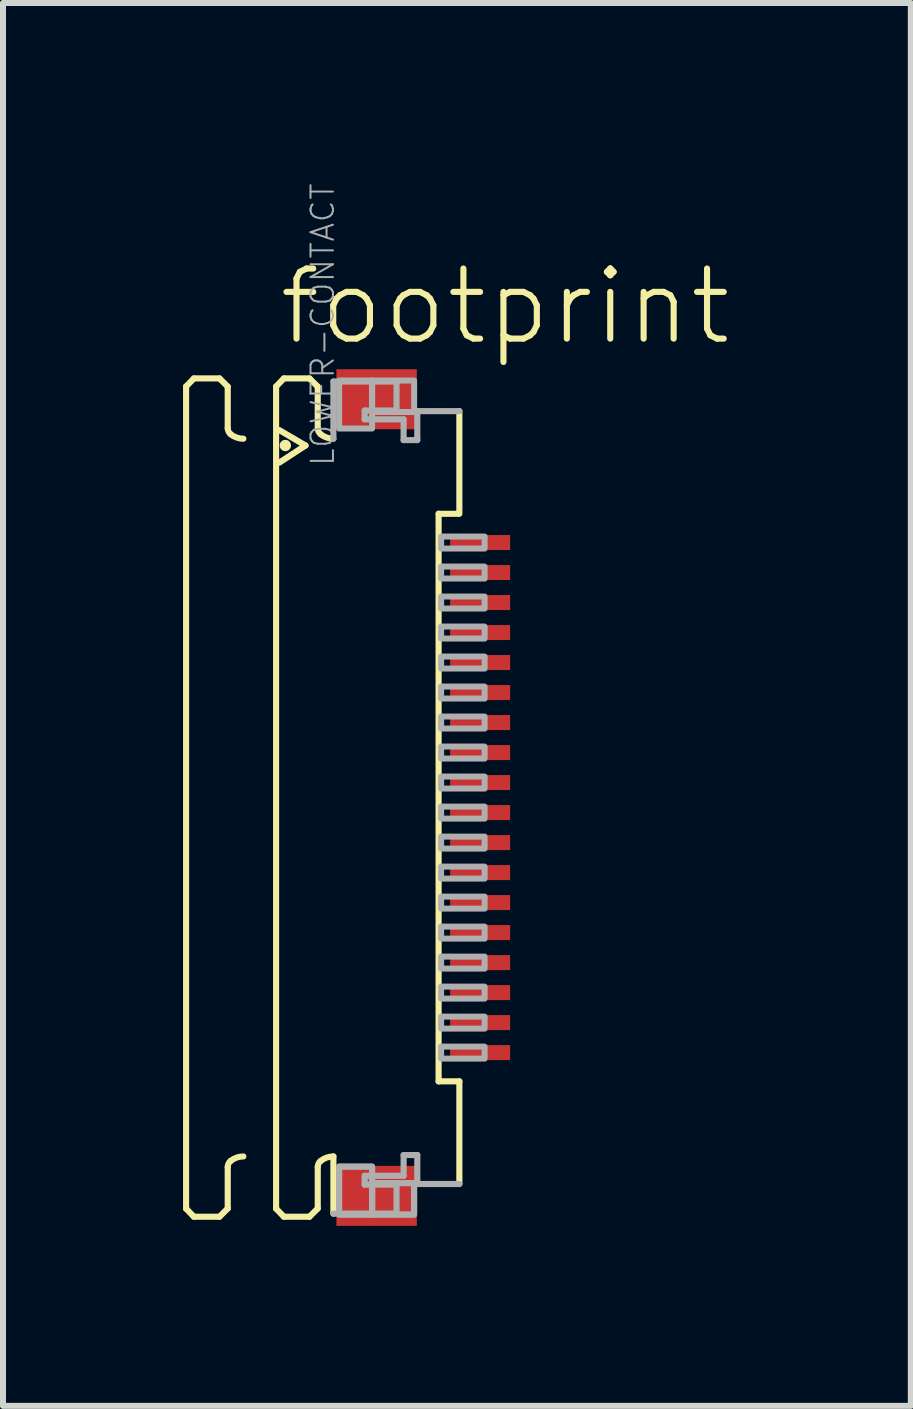
<source format=kicad_pcb>
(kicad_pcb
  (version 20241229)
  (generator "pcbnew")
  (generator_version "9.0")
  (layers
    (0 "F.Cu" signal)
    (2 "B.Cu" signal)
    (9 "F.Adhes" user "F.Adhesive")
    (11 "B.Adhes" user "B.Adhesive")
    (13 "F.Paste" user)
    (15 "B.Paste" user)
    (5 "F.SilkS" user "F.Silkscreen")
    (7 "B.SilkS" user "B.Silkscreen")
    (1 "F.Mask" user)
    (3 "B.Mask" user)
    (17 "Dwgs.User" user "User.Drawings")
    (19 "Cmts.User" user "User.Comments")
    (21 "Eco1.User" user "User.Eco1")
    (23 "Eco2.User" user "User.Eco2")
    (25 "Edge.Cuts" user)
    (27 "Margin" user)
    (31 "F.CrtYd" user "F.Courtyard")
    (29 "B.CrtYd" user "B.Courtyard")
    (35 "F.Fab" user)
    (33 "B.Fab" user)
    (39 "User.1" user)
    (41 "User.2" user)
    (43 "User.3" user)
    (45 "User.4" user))
  (footprint "footprint"
    (layer "F.Cu")
    (at 3.046 10.241)
    (property "Reference" "footprint" (at -1.5 -7.5 0) (layer "F.SilkS") (effects (font (size 1.168 1.168) (thickness 0.102)) (justify left bottom)))
    (fp_poly (pts (xy 1.355 -4.075) (xy 2.455 -4.075) (xy 2.455 -4.425) (xy 1.355 -4.425)) (stroke (width 0) (type solid)) (fill yes) (layer "F.Mask"))
    (fp_poly (pts (xy 1.355 -3.575) (xy 2.455 -3.575) (xy 2.455 -3.925) (xy 1.355 -3.925)) (stroke (width 0) (type solid)) (fill yes) (layer "F.Mask"))
    (fp_poly (pts (xy 1.355 -3.075) (xy 2.455 -3.075) (xy 2.455 -3.425) (xy 1.355 -3.425)) (stroke (width 0) (type solid)) (fill yes) (layer "F.Mask"))
    (fp_poly (pts (xy 1.355 -2.575) (xy 2.455 -2.575) (xy 2.455 -2.925) (xy 1.355 -2.925)) (stroke (width 0) (type solid)) (fill yes) (layer "F.Mask"))
    (fp_poly (pts (xy 1.355 -2.075) (xy 2.455 -2.075) (xy 2.455 -2.425) (xy 1.355 -2.425)) (stroke (width 0) (type solid)) (fill yes) (layer "F.Mask"))
    (fp_poly (pts (xy 1.355 -1.575) (xy 2.455 -1.575) (xy 2.455 -1.925) (xy 1.355 -1.925)) (stroke (width 0) (type solid)) (fill yes) (layer "F.Mask"))
    (fp_poly (pts (xy 1.355 -1.075) (xy 2.455 -1.075) (xy 2.455 -1.425) (xy 1.355 -1.425)) (stroke (width 0) (type solid)) (fill yes) (layer "F.Mask"))
    (fp_poly (pts (xy 1.355 -0.575) (xy 2.455 -0.575) (xy 2.455 -0.925) (xy 1.355 -0.925)) (stroke (width 0) (type solid)) (fill yes) (layer "F.Mask"))
    (fp_poly (pts (xy 1.355 -0.075) (xy 2.455 -0.075) (xy 2.455 -0.425) (xy 1.355 -0.425)) (stroke (width 0) (type solid)) (fill yes) (layer "F.Mask"))
    (fp_poly (pts (xy 1.355 0.425) (xy 2.455 0.425) (xy 2.455 0.075) (xy 1.355 0.075)) (stroke (width 0) (type solid)) (fill yes) (layer "F.Mask"))
    (fp_poly (pts (xy 1.355 0.925) (xy 2.455 0.925) (xy 2.455 0.575) (xy 1.355 0.575)) (stroke (width 0) (type solid)) (fill yes) (layer "F.Mask"))
    (fp_poly (pts (xy 1.355 1.425) (xy 2.455 1.425) (xy 2.455 1.075) (xy 1.355 1.075)) (stroke (width 0) (type solid)) (fill yes) (layer "F.Mask"))
    (fp_poly (pts (xy 1.355 1.925) (xy 2.455 1.925) (xy 2.455 1.575) (xy 1.355 1.575)) (stroke (width 0) (type solid)) (fill yes) (layer "F.Mask"))
    (fp_poly (pts (xy 1.355 2.425) (xy 2.455 2.425) (xy 2.455 2.075) (xy 1.355 2.075)) (stroke (width 0) (type solid)) (fill yes) (layer "F.Mask"))
    (fp_poly (pts (xy 1.355 2.925) (xy 2.455 2.925) (xy 2.455 2.575) (xy 1.355 2.575)) (stroke (width 0) (type solid)) (fill yes) (layer "F.Mask"))
    (fp_poly (pts (xy 1.355 3.425) (xy 2.455 3.425) (xy 2.455 3.075) (xy 1.355 3.075)) (stroke (width 0) (type solid)) (fill yes) (layer "F.Mask"))
    (fp_poly (pts (xy 1.355 3.925) (xy 2.455 3.925) (xy 2.455 3.575) (xy 1.355 3.575)) (stroke (width 0) (type solid)) (fill yes) (layer "F.Mask"))
    (fp_poly (pts (xy 1.355 4.425) (xy 2.455 4.425) (xy 2.455 4.075) (xy 1.355 4.075)) (stroke (width 0) (type solid)) (fill yes) (layer "F.Mask"))
    (fp_line (start -2.995 -6.85) (end -2.865 -6.985) (stroke (width 0.102) (type solid)) (layer "F.SilkS"))
    (fp_line (start -2.995 6.85) (end -2.995 -6.85) (stroke (width 0.102) (type solid)) (layer "F.SilkS"))
    (fp_line (start -2.995 6.85) (end -2.865 6.985) (stroke (width 0.102) (type solid)) (layer "F.SilkS"))
    (fp_line (start -2.865 -6.985) (end -2.438 -6.985) (stroke (width 0.102) (type solid)) (layer "F.SilkS"))
    (fp_line (start -2.865 6.985) (end -2.438 6.985) (stroke (width 0.102) (type solid)) (layer "F.SilkS"))
    (fp_line (start -2.438 -6.985) (end -2.301 -6.848) (stroke (width 0.102) (type solid)) (layer "F.SilkS"))
    (fp_line (start -2.438 6.985) (end -2.301 6.848) (stroke (width 0.102) (type solid)) (layer "F.SilkS"))
    (fp_line (start -2.301 -6.848) (end -2.301 -6.156) (stroke (width 0.102) (type solid)) (layer "F.SilkS"))
    (fp_line (start -2.301 6.848) (end -2.301 6.156) (stroke (width 0.102) (type solid)) (layer "F.SilkS"))
    (fp_line (start -1.495 -6.85) (end -1.365 -6.985) (stroke (width 0.102) (type solid)) (layer "F.SilkS"))
    (fp_line (start -1.495 6.85) (end -1.495 -6.85) (stroke (width 0.102) (type solid)) (layer "F.SilkS"))
    (fp_line (start -1.495 6.85) (end -1.365 6.985) (stroke (width 0.102) (type solid)) (layer "F.SilkS"))
    (fp_line (start -1.441 -6.123) (end -1.005 -5.867) (stroke (width 0.102) (type solid)) (layer "F.SilkS"))
    (fp_line (start -1.365 -6.985) (end -0.939 -6.985) (stroke (width 0.102) (type solid)) (layer "F.SilkS"))
    (fp_line (start -1.365 6.985) (end -0.939 6.985) (stroke (width 0.102) (type solid)) (layer "F.SilkS"))
    (fp_line (start -1.005 -5.867) (end -1.441 -5.582) (stroke (width 0.102) (type solid)) (layer "F.SilkS"))
    (fp_line (start -0.939 -6.985) (end -0.801 -6.848) (stroke (width 0.102) (type solid)) (layer "F.SilkS"))
    (fp_line (start -0.939 6.985) (end -0.801 6.848) (stroke (width 0.102) (type solid)) (layer "F.SilkS"))
    (fp_line (start -0.801 -6.848) (end -0.801 -6.156) (stroke (width 0.102) (type solid)) (layer "F.SilkS"))
    (fp_line (start -0.801 6.848) (end -0.801 6.156) (stroke (width 0.102) (type solid)) (layer "F.SilkS"))
    (fp_line (start -0.54 5.98) (end -0.54 6.933) (stroke (width 0.102) (type solid)) (layer "F.SilkS"))
    (fp_line (start 1.213 4.729) (end 1.213 -4.729) (stroke (width 0.102) (type solid)) (layer "F.SilkS"))
    (fp_line (start 1.538 -4.729) (end 1.213 -4.729) (stroke (width 0.102) (type solid)) (layer "F.SilkS"))
    (fp_line (start 1.559 -6.44) (end 1.559 -4.729) (stroke (width 0.102) (type solid)) (layer "F.SilkS"))
    (fp_line (start 1.559 4.729) (end 1.213 4.729) (stroke (width 0.102) (type solid)) (layer "F.SilkS"))
    (fp_line (start 1.559 6.44) (end 1.559 4.729) (stroke (width 0.102) (type solid)) (layer "F.SilkS"))
    (fp_arc (start -2.301 6.1557) (mid -2.288538 6.100596) (end -2.2536 6.056199) (stroke (width 0.1016) (type solid)) (layer "F.SilkS"))
    (fp_arc (start -2.2536 -6.056199) (mid -2.288538 -6.100596) (end -2.301 -6.1557) (stroke (width 0.1016) (type solid)) (layer "F.SilkS"))
    (fp_arc (start -2.2536 6.0562) (mid -2.153476 5.999935) (end -2.0403 5.980399) (stroke (width 0.1016) (type solid)) (layer "F.SilkS"))
    (fp_arc (start -2.0403 -5.980399) (mid -2.153476 -5.999935) (end -2.2536 -6.0562) (stroke (width 0.1016) (type solid)) (layer "F.SilkS"))
    (fp_arc (start -0.801 6.1557) (mid -0.788538 6.100596) (end -0.7536 6.056199) (stroke (width 0.1016) (type solid)) (layer "F.SilkS"))
    (fp_arc (start -0.7536 -6.056199) (mid -0.788538 -6.100596) (end -0.801 -6.1557) (stroke (width 0.1016) (type solid)) (layer "F.SilkS"))
    (fp_arc (start -0.7536 6.0562) (mid -0.653476 5.999935) (end -0.5403 5.980399) (stroke (width 0.1016) (type solid)) (layer "F.SilkS"))
    (fp_arc (start -0.5403 -5.980399) (mid -0.653476 -5.999935) (end -0.7536 -6.0562) (stroke (width 0.1016) (type solid)) (layer "F.SilkS"))
    (fp_circle (center -1.341 -5.867) (end -1.294 -5.867) (stroke (width 0.095) (type solid)) (fill yes) (layer "F.SilkS"))
    (fp_line (start -0.54 -6.933) (end 0.512 -6.933) (stroke (width 0.102) (type solid)) (layer "F.Fab"))
    (fp_line (start -0.54 -5.98) (end -0.54 -6.933) (stroke (width 0.102) (type solid)) (layer "F.Fab"))
    (fp_line (start -0.54 6.933) (end 0.512 6.933) (stroke (width 0.102) (type solid)) (layer "F.Fab"))
    (fp_line (start -0.019 -6.45) (end -0.019 -6.303) (stroke (width 0.102) (type solid)) (layer "F.Fab"))
    (fp_line (start -0.019 -6.303) (end 0.63 -6.303) (stroke (width 0.102) (type solid)) (layer "F.Fab"))
    (fp_line (start -0.019 6.303) (end 0.63 6.303) (stroke (width 0.102) (type solid)) (layer "F.Fab"))
    (fp_line (start -0.019 6.45) (end -0.019 6.303) (stroke (width 0.102) (type solid)) (layer "F.Fab"))
    (fp_line (start 0.512 -6.933) (end 0.512 -6.45) (stroke (width 0.102) (type solid)) (layer "F.Fab"))
    (fp_line (start 0.512 -6.45) (end -0.019 -6.45) (stroke (width 0.102) (type solid)) (layer "F.Fab"))
    (fp_line (start 0.512 6.45) (end -0.019 6.45) (stroke (width 0.102) (type solid)) (layer "F.Fab"))
    (fp_line (start 0.512 6.933) (end 0.512 6.45) (stroke (width 0.102) (type solid)) (layer "F.Fab"))
    (fp_line (start 0.63 -6.303) (end 0.63 -5.957) (stroke (width 0.102) (type solid)) (layer "F.Fab"))
    (fp_line (start 0.63 -5.957) (end 0.858 -5.957) (stroke (width 0.102) (type solid)) (layer "F.Fab"))
    (fp_line (start 0.63 5.957) (end 0.858 5.957) (stroke (width 0.102) (type solid)) (layer "F.Fab"))
    (fp_line (start 0.63 6.303) (end 0.63 5.957) (stroke (width 0.102) (type solid)) (layer "F.Fab"))
    (fp_line (start 0.858 -6.44) (end 1.559 -6.44) (stroke (width 0.102) (type solid)) (layer "F.Fab"))
    (fp_line (start 0.858 -5.957) (end 0.858 -6.44) (stroke (width 0.102) (type solid)) (layer "F.Fab"))
    (fp_line (start 0.858 5.957) (end 0.858 6.44) (stroke (width 0.102) (type solid)) (layer "F.Fab"))
    (fp_line (start 0.858 6.44) (end 1.559 6.44) (stroke (width 0.102) (type solid)) (layer "F.Fab"))
    (fp_poly (pts (xy -0.445 -6.15) (xy 0.105 -6.15) (xy 0.105 -6.95) (xy -0.445 -6.95)) (stroke (width 0.1) (type solid)) (fill no) (layer "F.Fab"))
    (fp_poly (pts (xy -0.445 6.95) (xy 0.105 6.95) (xy 0.105 6.15) (xy -0.445 6.15)) (stroke (width 0.1) (type solid)) (fill no) (layer "F.Fab"))
    (fp_poly (pts (xy -0.445 6.95) (xy 0.105 6.95) (xy 0.105 6.15) (xy -0.445 6.15)) (stroke (width 0.1) (type solid)) (fill no) (layer "F.Fab"))
    (fp_poly (pts (xy 0.105 -6.425) (xy 0.805 -6.425) (xy 0.805 -6.95) (xy 0.105 -6.95)) (stroke (width 0.1) (type solid)) (fill no) (layer "F.Fab"))
    (fp_poly (pts (xy 0.105 6.95) (xy 0.805 6.95) (xy 0.805 6.425) (xy 0.105 6.425)) (stroke (width 0.1) (type solid)) (fill no) (layer "F.Fab"))
    (fp_poly (pts (xy 0.105 6.95) (xy 0.805 6.95) (xy 0.805 6.425) (xy 0.105 6.425)) (stroke (width 0.1) (type solid)) (fill no) (layer "F.Fab"))
    (fp_poly (pts (xy 1.255 -4.15) (xy 1.98 -4.15) (xy 1.98 -4.35) (xy 1.255 -4.35)) (stroke (width 0.1) (type solid)) (fill no) (layer "F.Fab"))
    (fp_poly (pts (xy 1.255 -3.65) (xy 1.98 -3.65) (xy 1.98 -3.85) (xy 1.255 -3.85)) (stroke (width 0.1) (type solid)) (fill no) (layer "F.Fab"))
    (fp_poly (pts (xy 1.255 -3.15) (xy 1.98 -3.15) (xy 1.98 -3.35) (xy 1.255 -3.35)) (stroke (width 0.1) (type solid)) (fill no) (layer "F.Fab"))
    (fp_poly (pts (xy 1.255 -2.65) (xy 1.98 -2.65) (xy 1.98 -2.85) (xy 1.255 -2.85)) (stroke (width 0.1) (type solid)) (fill no) (layer "F.Fab"))
    (fp_poly (pts (xy 1.255 -2.15) (xy 1.98 -2.15) (xy 1.98 -2.35) (xy 1.255 -2.35)) (stroke (width 0.1) (type solid)) (fill no) (layer "F.Fab"))
    (fp_poly (pts (xy 1.255 -1.65) (xy 1.98 -1.65) (xy 1.98 -1.85) (xy 1.255 -1.85)) (stroke (width 0.1) (type solid)) (fill no) (layer "F.Fab"))
    (fp_poly (pts (xy 1.255 -1.15) (xy 1.98 -1.15) (xy 1.98 -1.35) (xy 1.255 -1.35)) (stroke (width 0.1) (type solid)) (fill no) (layer "F.Fab"))
    (fp_poly (pts (xy 1.255 -0.65) (xy 1.98 -0.65) (xy 1.98 -0.85) (xy 1.255 -0.85)) (stroke (width 0.1) (type solid)) (fill no) (layer "F.Fab"))
    (fp_poly (pts (xy 1.255 -0.15) (xy 1.98 -0.15) (xy 1.98 -0.35) (xy 1.255 -0.35)) (stroke (width 0.1) (type solid)) (fill no) (layer "F.Fab"))
    (fp_poly (pts (xy 1.255 0.35) (xy 1.98 0.35) (xy 1.98 0.15) (xy 1.255 0.15)) (stroke (width 0.1) (type solid)) (fill no) (layer "F.Fab"))
    (fp_poly (pts (xy 1.255 0.85) (xy 1.98 0.85) (xy 1.98 0.65) (xy 1.255 0.65)) (stroke (width 0.1) (type solid)) (fill no) (layer "F.Fab"))
    (fp_poly (pts (xy 1.255 1.35) (xy 1.98 1.35) (xy 1.98 1.15) (xy 1.255 1.15)) (stroke (width 0.1) (type solid)) (fill no) (layer "F.Fab"))
    (fp_poly (pts (xy 1.255 1.85) (xy 1.98 1.85) (xy 1.98 1.65) (xy 1.255 1.65)) (stroke (width 0.1) (type solid)) (fill no) (layer "F.Fab"))
    (fp_poly (pts (xy 1.255 2.35) (xy 1.98 2.35) (xy 1.98 2.15) (xy 1.255 2.15)) (stroke (width 0.1) (type solid)) (fill no) (layer "F.Fab"))
    (fp_poly (pts (xy 1.255 2.85) (xy 1.98 2.85) (xy 1.98 2.65) (xy 1.255 2.65)) (stroke (width 0.1) (type solid)) (fill no) (layer "F.Fab"))
    (fp_poly (pts (xy 1.255 3.35) (xy 1.98 3.35) (xy 1.98 3.15) (xy 1.255 3.15)) (stroke (width 0.1) (type solid)) (fill no) (layer "F.Fab"))
    (fp_poly (pts (xy 1.255 3.85) (xy 1.98 3.85) (xy 1.98 3.65) (xy 1.255 3.65)) (stroke (width 0.1) (type solid)) (fill no) (layer "F.Fab"))
    (fp_poly (pts (xy 1.255 4.35) (xy 1.98 4.35) (xy 1.98 4.15) (xy 1.255 4.15)) (stroke (width 0.1) (type solid)) (fill no) (layer "F.Fab"))
    (fp_text user "LOWER-CONTACT" (at -0.5 -5.5 270) (layer "F.Fab") (effects (font (size 0.374 0.374) (thickness 0.033)) (justify left bottom)))
    (pad "1" smd rect (at 1.905 -4.25) (size 1 0.25) (layers "F.Cu" "F.Paste"))
    (pad "2" smd rect (at 1.905 -3.75) (size 1 0.25) (layers "F.Cu" "F.Paste"))
    (pad "3" smd rect (at 1.905 -3.25) (size 1 0.25) (layers "F.Cu" "F.Paste"))
    (pad "4" smd rect (at 1.905 -2.75) (size 1 0.25) (layers "F.Cu" "F.Paste"))
    (pad "5" smd rect (at 1.905 -2.25) (size 1 0.25) (layers "F.Cu" "F.Paste"))
    (pad "6" smd rect (at 1.905 -1.75) (size 1 0.25) (layers "F.Cu" "F.Paste"))
    (pad "7" smd rect (at 1.905 -1.25) (size 1 0.25) (layers "F.Cu" "F.Paste"))
    (pad "8" smd rect (at 1.905 -0.75) (size 1 0.25) (layers "F.Cu" "F.Paste"))
    (pad "9" smd rect (at 1.905 -0.25) (size 1 0.25) (layers "F.Cu" "F.Paste"))
    (pad "10" smd rect (at 1.905 0.25) (size 1 0.25) (layers "F.Cu" "F.Paste"))
    (pad "11" smd rect (at 1.905 0.75) (size 1 0.25) (layers "F.Cu" "F.Paste"))
    (pad "12" smd rect (at 1.905 1.25) (size 1 0.25) (layers "F.Cu" "F.Paste"))
    (pad "13" smd rect (at 1.905 1.75) (size 1 0.25) (layers "F.Cu" "F.Paste"))
    (pad "14" smd rect (at 1.905 2.25) (size 1 0.25) (layers "F.Cu" "F.Paste"))
    (pad "15" smd rect (at 1.905 2.75) (size 1 0.25) (layers "F.Cu" "F.Paste"))
    (pad "16" smd rect (at 1.905 3.25) (size 1 0.25) (layers "F.Cu" "F.Paste"))
    (pad "17" smd rect (at 1.905 3.75) (size 1 0.25) (layers "F.Cu" "F.Paste"))
    (pad "18" smd rect (at 1.905 4.25) (size 1 0.25) (layers "F.Cu" "F.Paste"))
    (pad "M1" smd rect (at 0.18 -6.638) (size 1.34 1) (layers "F.Cu" "F.Mask" "F.Paste"))
    (pad "M2" smd rect (at 0.18 6.638) (size 1.34 1) (layers "F.Cu" "F.Mask" "F.Paste")))
  (gr_rect
    (start -3 -3)
    (end 12.128 20.378)
    (stroke (width 0.1) (type default))
    (fill no)
    (layer "Edge.Cuts")))
</source>
